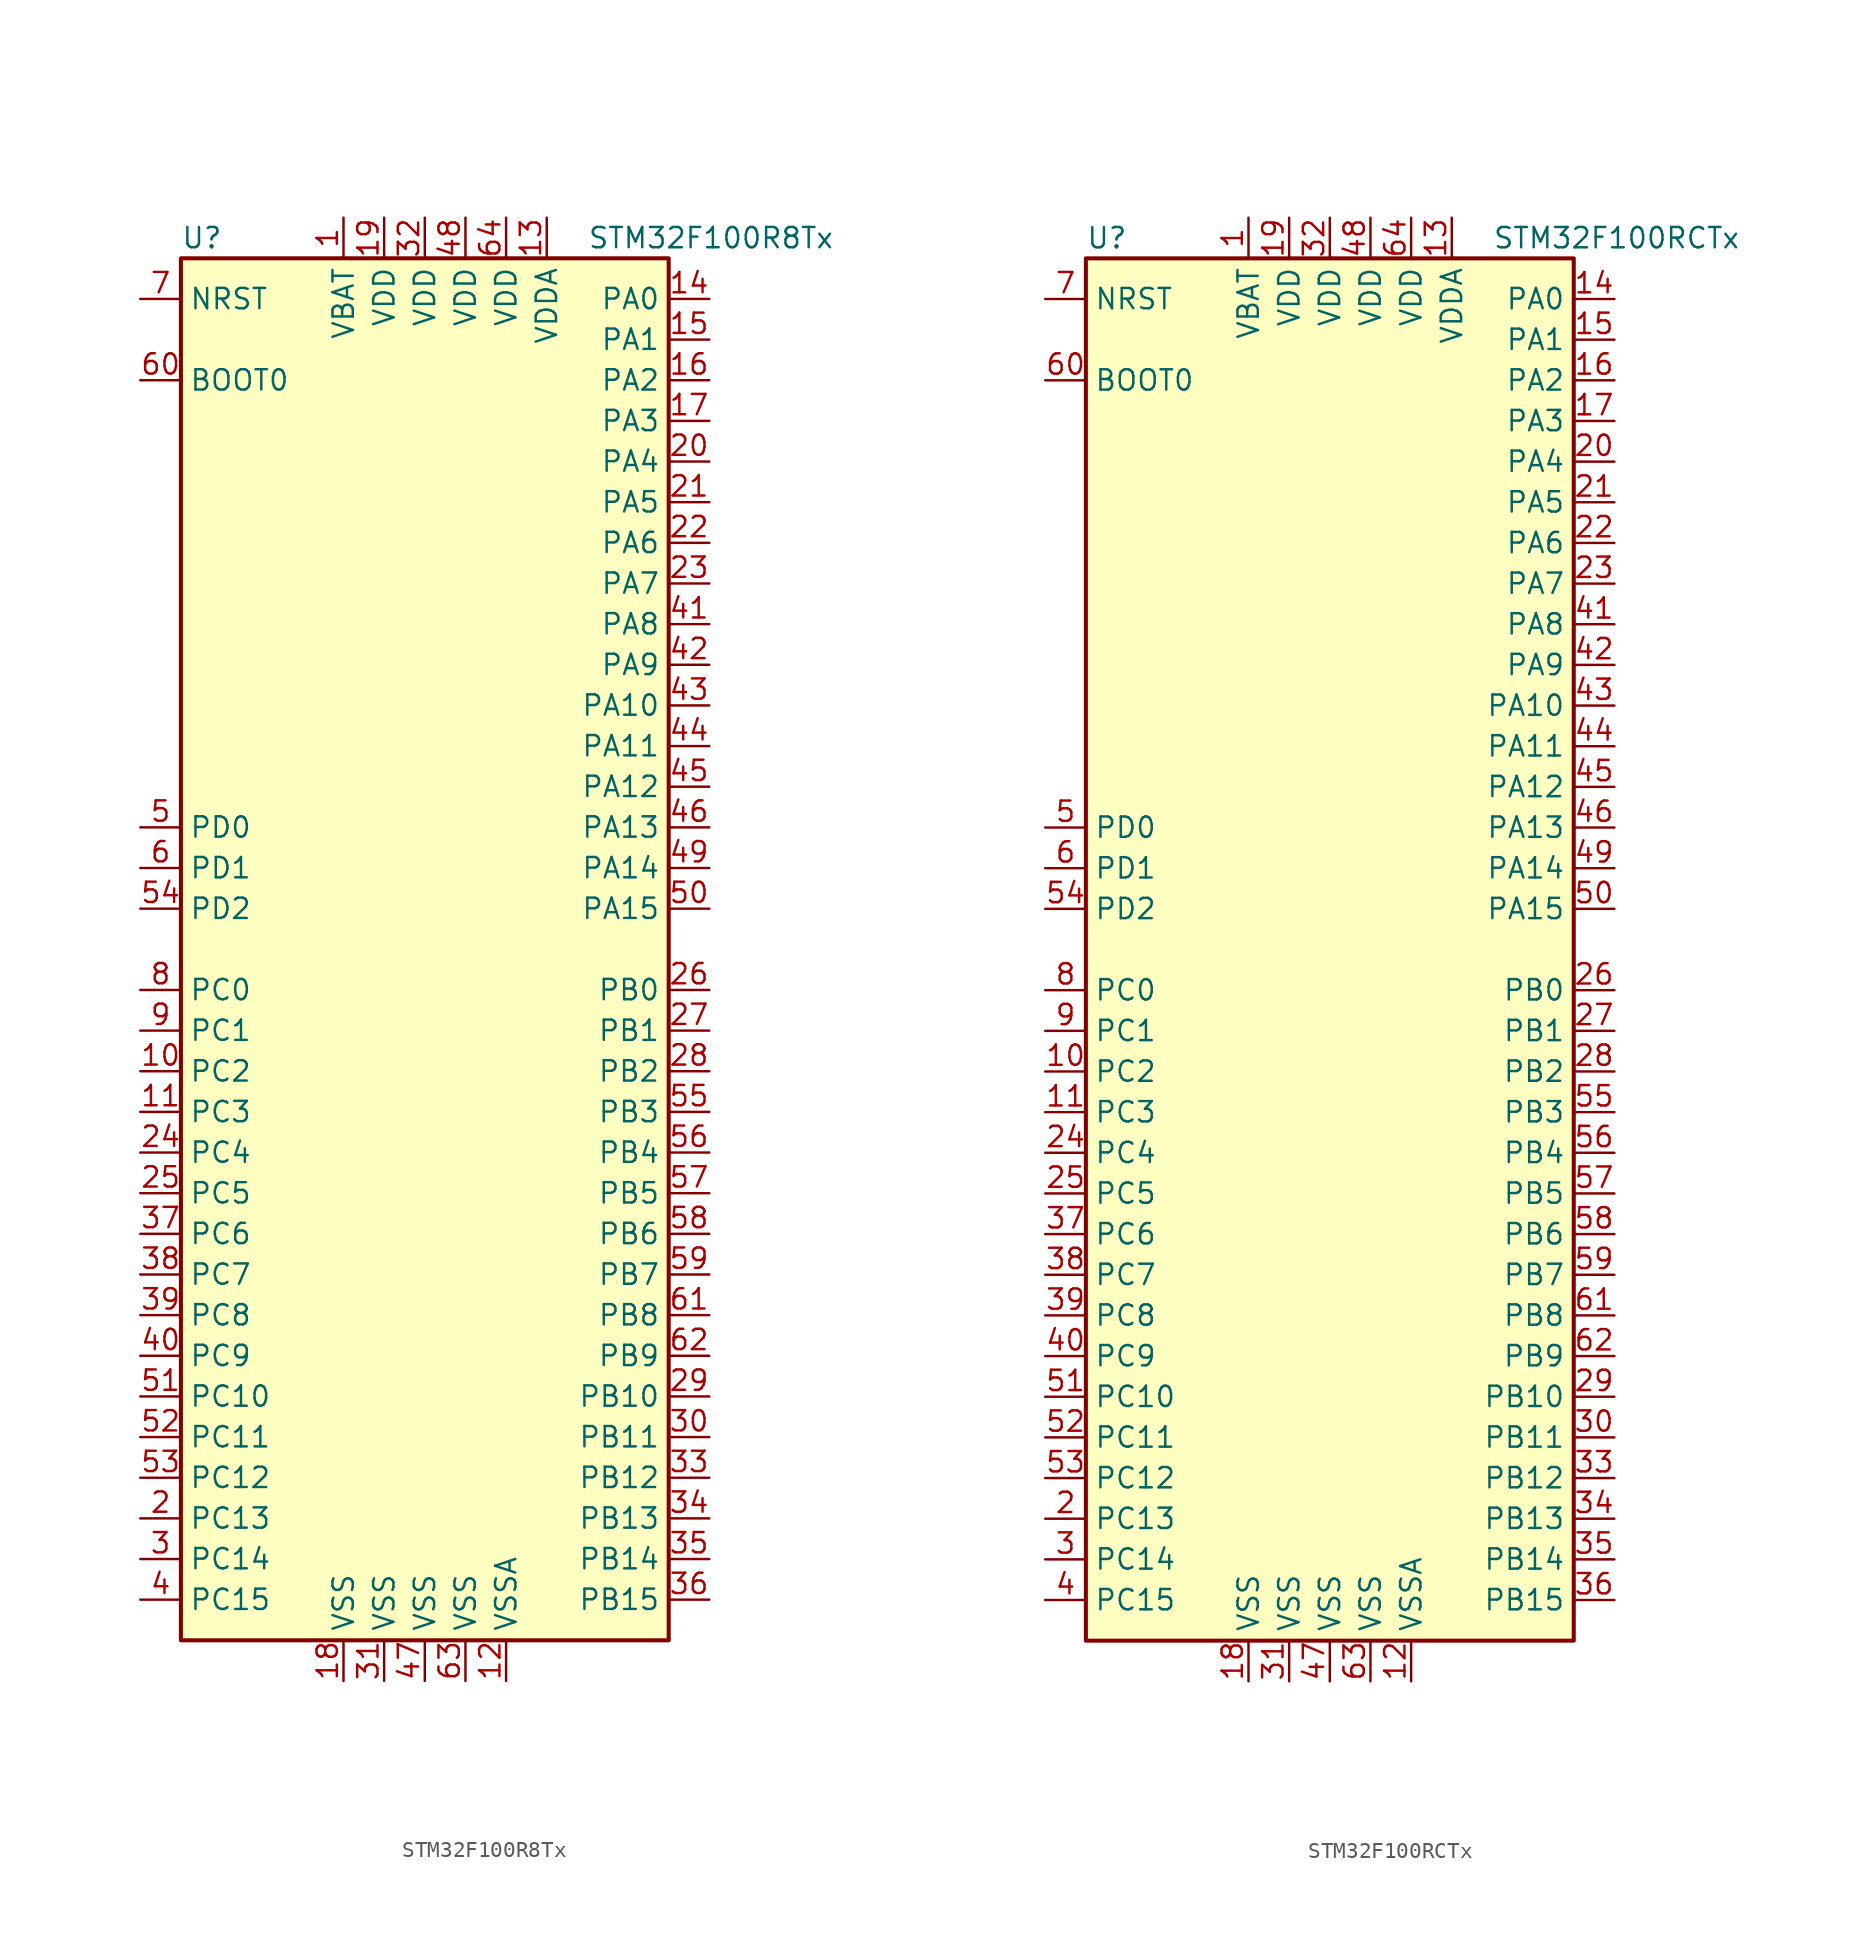
<source format=kicad_sym>
(kicad_symbol_lib
  (version 20201005)
  (generator kicad_symbol_editor)
  (symbol "MCU_ST_STM32F1:STM32F100R8Tx"
    (property "Reference" "U"
      (at -15.24 44.45 0)
      (effects (font (size 1.27 1.27)) (justify left)))
    (property "Value" "STM32F100R8Tx"
      (at 10.16 44.45 0)
      (effects (font (size 1.27 1.27)) (justify left)))
    (symbol "STM32F100R8Tx_0_1"
      (rectangle (start -15.24 -43.18) (end 15.24 43.18) (stroke (width 0.254)) (fill (type background))))
    (symbol "STM32F100R8Tx_1_1"
      (pin input line (at -17.78 35.56 0) (length 2.54) (name "BOOT0" (effects (font (size 1.27 1.27)))) (number "60" (effects (font (size 1.27 1.27)))))
      (pin input line (at -17.78 40.64 0) (length 2.54) (name "NRST" (effects (font (size 1.27 1.27)))) (number "7" (effects (font (size 1.27 1.27)))))
      (pin bidirectional line (at 17.78 40.64 180) (length 2.54) (name "PA0" (effects (font (size 1.27 1.27)))) (number "14" (effects (font (size 1.27 1.27)))))
      (pin bidirectional line (at 17.78 38.1 180) (length 2.54) (name "PA1" (effects (font (size 1.27 1.27)))) (number "15" (effects (font (size 1.27 1.27)))))
      (pin bidirectional line (at 17.78 15.24 180) (length 2.54) (name "PA10" (effects (font (size 1.27 1.27)))) (number "43" (effects (font (size 1.27 1.27)))))
      (pin bidirectional line (at 17.78 12.7 180) (length 2.54) (name "PA11" (effects (font (size 1.27 1.27)))) (number "44" (effects (font (size 1.27 1.27)))))
      (pin bidirectional line (at 17.78 10.16 180) (length 2.54) (name "PA12" (effects (font (size 1.27 1.27)))) (number "45" (effects (font (size 1.27 1.27)))))
      (pin bidirectional line (at 17.78 7.62 180) (length 2.54) (name "PA13" (effects (font (size 1.27 1.27)))) (number "46" (effects (font (size 1.27 1.27)))))
      (pin bidirectional line (at 17.78 5.08 180) (length 2.54) (name "PA14" (effects (font (size 1.27 1.27)))) (number "49" (effects (font (size 1.27 1.27)))))
      (pin bidirectional line (at 17.78 2.54 180) (length 2.54) (name "PA15" (effects (font (size 1.27 1.27)))) (number "50" (effects (font (size 1.27 1.27)))))
      (pin bidirectional line (at 17.78 35.56 180) (length 2.54) (name "PA2" (effects (font (size 1.27 1.27)))) (number "16" (effects (font (size 1.27 1.27)))))
      (pin bidirectional line (at 17.78 33.02 180) (length 2.54) (name "PA3" (effects (font (size 1.27 1.27)))) (number "17" (effects (font (size 1.27 1.27)))))
      (pin bidirectional line (at 17.78 30.48 180) (length 2.54) (name "PA4" (effects (font (size 1.27 1.27)))) (number "20" (effects (font (size 1.27 1.27)))))
      (pin bidirectional line (at 17.78 27.94 180) (length 2.54) (name "PA5" (effects (font (size 1.27 1.27)))) (number "21" (effects (font (size 1.27 1.27)))))
      (pin bidirectional line (at 17.78 25.4 180) (length 2.54) (name "PA6" (effects (font (size 1.27 1.27)))) (number "22" (effects (font (size 1.27 1.27)))))
      (pin bidirectional line (at 17.78 22.86 180) (length 2.54) (name "PA7" (effects (font (size 1.27 1.27)))) (number "23" (effects (font (size 1.27 1.27)))))
      (pin bidirectional line (at 17.78 20.32 180) (length 2.54) (name "PA8" (effects (font (size 1.27 1.27)))) (number "41" (effects (font (size 1.27 1.27)))))
      (pin bidirectional line (at 17.78 17.78 180) (length 2.54) (name "PA9" (effects (font (size 1.27 1.27)))) (number "42" (effects (font (size 1.27 1.27)))))
      (pin bidirectional line (at 17.78 -2.54 180) (length 2.54) (name "PB0" (effects (font (size 1.27 1.27)))) (number "26" (effects (font (size 1.27 1.27)))))
      (pin bidirectional line (at 17.78 -5.08 180) (length 2.54) (name "PB1" (effects (font (size 1.27 1.27)))) (number "27" (effects (font (size 1.27 1.27)))))
      (pin bidirectional line (at 17.78 -27.94 180) (length 2.54) (name "PB10" (effects (font (size 1.27 1.27)))) (number "29" (effects (font (size 1.27 1.27)))))
      (pin bidirectional line (at 17.78 -30.48 180) (length 2.54) (name "PB11" (effects (font (size 1.27 1.27)))) (number "30" (effects (font (size 1.27 1.27)))))
      (pin bidirectional line (at 17.78 -33.02 180) (length 2.54) (name "PB12" (effects (font (size 1.27 1.27)))) (number "33" (effects (font (size 1.27 1.27)))))
      (pin bidirectional line (at 17.78 -35.56 180) (length 2.54) (name "PB13" (effects (font (size 1.27 1.27)))) (number "34" (effects (font (size 1.27 1.27)))))
      (pin bidirectional line (at 17.78 -38.1 180) (length 2.54) (name "PB14" (effects (font (size 1.27 1.27)))) (number "35" (effects (font (size 1.27 1.27)))))
      (pin bidirectional line (at 17.78 -40.64 180) (length 2.54) (name "PB15" (effects (font (size 1.27 1.27)))) (number "36" (effects (font (size 1.27 1.27)))))
      (pin bidirectional line (at 17.78 -7.62 180) (length 2.54) (name "PB2" (effects (font (size 1.27 1.27)))) (number "28" (effects (font (size 1.27 1.27)))))
      (pin bidirectional line (at 17.78 -10.16 180) (length 2.54) (name "PB3" (effects (font (size 1.27 1.27)))) (number "55" (effects (font (size 1.27 1.27)))))
      (pin bidirectional line (at 17.78 -12.7 180) (length 2.54) (name "PB4" (effects (font (size 1.27 1.27)))) (number "56" (effects (font (size 1.27 1.27)))))
      (pin bidirectional line (at 17.78 -15.24 180) (length 2.54) (name "PB5" (effects (font (size 1.27 1.27)))) (number "57" (effects (font (size 1.27 1.27)))))
      (pin bidirectional line (at 17.78 -17.78 180) (length 2.54) (name "PB6" (effects (font (size 1.27 1.27)))) (number "58" (effects (font (size 1.27 1.27)))))
      (pin bidirectional line (at 17.78 -20.32 180) (length 2.54) (name "PB7" (effects (font (size 1.27 1.27)))) (number "59" (effects (font (size 1.27 1.27)))))
      (pin bidirectional line (at 17.78 -22.86 180) (length 2.54) (name "PB8" (effects (font (size 1.27 1.27)))) (number "61" (effects (font (size 1.27 1.27)))))
      (pin bidirectional line (at 17.78 -25.4 180) (length 2.54) (name "PB9" (effects (font (size 1.27 1.27)))) (number "62" (effects (font (size 1.27 1.27)))))
      (pin bidirectional line (at -17.78 -2.54 0) (length 2.54) (name "PC0" (effects (font (size 1.27 1.27)))) (number "8" (effects (font (size 1.27 1.27)))))
      (pin bidirectional line (at -17.78 -5.08 0) (length 2.54) (name "PC1" (effects (font (size 1.27 1.27)))) (number "9" (effects (font (size 1.27 1.27)))))
      (pin bidirectional line (at -17.78 -27.94 0) (length 2.54) (name "PC10" (effects (font (size 1.27 1.27)))) (number "51" (effects (font (size 1.27 1.27)))))
      (pin bidirectional line (at -17.78 -30.48 0) (length 2.54) (name "PC11" (effects (font (size 1.27 1.27)))) (number "52" (effects (font (size 1.27 1.27)))))
      (pin bidirectional line (at -17.78 -33.02 0) (length 2.54) (name "PC12" (effects (font (size 1.27 1.27)))) (number "53" (effects (font (size 1.27 1.27)))))
      (pin bidirectional line (at -17.78 -35.56 0) (length 2.54) (name "PC13" (effects (font (size 1.27 1.27)))) (number "2" (effects (font (size 1.27 1.27)))))
      (pin bidirectional line (at -17.78 -38.1 0) (length 2.54) (name "PC14" (effects (font (size 1.27 1.27)))) (number "3" (effects (font (size 1.27 1.27)))))
      (pin bidirectional line (at -17.78 -40.64 0) (length 2.54) (name "PC15" (effects (font (size 1.27 1.27)))) (number "4" (effects (font (size 1.27 1.27)))))
      (pin bidirectional line (at -17.78 -7.62 0) (length 2.54) (name "PC2" (effects (font (size 1.27 1.27)))) (number "10" (effects (font (size 1.27 1.27)))))
      (pin bidirectional line (at -17.78 -10.16 0) (length 2.54) (name "PC3" (effects (font (size 1.27 1.27)))) (number "11" (effects (font (size 1.27 1.27)))))
      (pin bidirectional line (at -17.78 -12.7 0) (length 2.54) (name "PC4" (effects (font (size 1.27 1.27)))) (number "24" (effects (font (size 1.27 1.27)))))
      (pin bidirectional line (at -17.78 -15.24 0) (length 2.54) (name "PC5" (effects (font (size 1.27 1.27)))) (number "25" (effects (font (size 1.27 1.27)))))
      (pin bidirectional line (at -17.78 -17.78 0) (length 2.54) (name "PC6" (effects (font (size 1.27 1.27)))) (number "37" (effects (font (size 1.27 1.27)))))
      (pin bidirectional line (at -17.78 -20.32 0) (length 2.54) (name "PC7" (effects (font (size 1.27 1.27)))) (number "38" (effects (font (size 1.27 1.27)))))
      (pin bidirectional line (at -17.78 -22.86 0) (length 2.54) (name "PC8" (effects (font (size 1.27 1.27)))) (number "39" (effects (font (size 1.27 1.27)))))
      (pin bidirectional line (at -17.78 -25.4 0) (length 2.54) (name "PC9" (effects (font (size 1.27 1.27)))) (number "40" (effects (font (size 1.27 1.27)))))
      (pin input line (at -17.78 7.62 0) (length 2.54) (name "PD0" (effects (font (size 1.27 1.27)))) (number "5" (effects (font (size 1.27 1.27)))))
      (pin input line (at -17.78 5.08 0) (length 2.54) (name "PD1" (effects (font (size 1.27 1.27)))) (number "6" (effects (font (size 1.27 1.27)))))
      (pin bidirectional line (at -17.78 2.54 0) (length 2.54) (name "PD2" (effects (font (size 1.27 1.27)))) (number "54" (effects (font (size 1.27 1.27)))))
      (pin power_in line (at -5.08 45.72 270) (length 2.54) (name "VBAT" (effects (font (size 1.27 1.27)))) (number "1" (effects (font (size 1.27 1.27)))))
      (pin power_in line (at -2.54 45.72 270) (length 2.54) (name "VDD" (effects (font (size 1.27 1.27)))) (number "19" (effects (font (size 1.27 1.27)))))
      (pin power_in line (at 0 45.72 270) (length 2.54) (name "VDD" (effects (font (size 1.27 1.27)))) (number "32" (effects (font (size 1.27 1.27)))))
      (pin power_in line (at 2.54 45.72 270) (length 2.54) (name "VDD" (effects (font (size 1.27 1.27)))) (number "48" (effects (font (size 1.27 1.27)))))
      (pin power_in line (at 5.08 45.72 270) (length 2.54) (name "VDD" (effects (font (size 1.27 1.27)))) (number "64" (effects (font (size 1.27 1.27)))))
      (pin power_in line (at 7.62 45.72 270) (length 2.54) (name "VDDA" (effects (font (size 1.27 1.27)))) (number "13" (effects (font (size 1.27 1.27)))))
      (pin power_in line (at -5.08 -45.72 90) (length 2.54) (name "VSS" (effects (font (size 1.27 1.27)))) (number "18" (effects (font (size 1.27 1.27)))))
      (pin power_in line (at -2.54 -45.72 90) (length 2.54) (name "VSS" (effects (font (size 1.27 1.27)))) (number "31" (effects (font (size 1.27 1.27)))))
      (pin power_in line (at 0 -45.72 90) (length 2.54) (name "VSS" (effects (font (size 1.27 1.27)))) (number "47" (effects (font (size 1.27 1.27)))))
      (pin power_in line (at 2.54 -45.72 90) (length 2.54) (name "VSS" (effects (font (size 1.27 1.27)))) (number "63" (effects (font (size 1.27 1.27)))))
      (pin power_in line (at 5.08 -45.72 90) (length 2.54) (name "VSSA" (effects (font (size 1.27 1.27)))) (number "12" (effects (font (size 1.27 1.27)))))))
  (symbol "MCU_ST_STM32F1:STM32F100RCTx"
    (property "Reference" "U"
      (at -15.24 44.45 0)
      (effects (font (size 1.27 1.27)) (justify left)))
    (property "Value" "STM32F100RCTx"
      (at 10.16 44.45 0)
      (effects (font (size 1.27 1.27)) (justify left)))
    (symbol "STM32F100RCTx_0_1"
      (rectangle (start -15.24 -43.18) (end 15.24 43.18) (stroke (width 0.254)) (fill (type background))))
    (symbol "STM32F100RCTx_1_1"
      (pin input line (at -17.78 35.56 0) (length 2.54) (name "BOOT0" (effects (font (size 1.27 1.27)))) (number "60" (effects (font (size 1.27 1.27)))))
      (pin input line (at -17.78 40.64 0) (length 2.54) (name "NRST" (effects (font (size 1.27 1.27)))) (number "7" (effects (font (size 1.27 1.27)))))
      (pin bidirectional line (at 17.78 40.64 180) (length 2.54) (name "PA0" (effects (font (size 1.27 1.27)))) (number "14" (effects (font (size 1.27 1.27)))))
      (pin bidirectional line (at 17.78 38.1 180) (length 2.54) (name "PA1" (effects (font (size 1.27 1.27)))) (number "15" (effects (font (size 1.27 1.27)))))
      (pin bidirectional line (at 17.78 15.24 180) (length 2.54) (name "PA10" (effects (font (size 1.27 1.27)))) (number "43" (effects (font (size 1.27 1.27)))))
      (pin bidirectional line (at 17.78 12.7 180) (length 2.54) (name "PA11" (effects (font (size 1.27 1.27)))) (number "44" (effects (font (size 1.27 1.27)))))
      (pin bidirectional line (at 17.78 10.16 180) (length 2.54) (name "PA12" (effects (font (size 1.27 1.27)))) (number "45" (effects (font (size 1.27 1.27)))))
      (pin bidirectional line (at 17.78 7.62 180) (length 2.54) (name "PA13" (effects (font (size 1.27 1.27)))) (number "46" (effects (font (size 1.27 1.27)))))
      (pin bidirectional line (at 17.78 5.08 180) (length 2.54) (name "PA14" (effects (font (size 1.27 1.27)))) (number "49" (effects (font (size 1.27 1.27)))))
      (pin bidirectional line (at 17.78 2.54 180) (length 2.54) (name "PA15" (effects (font (size 1.27 1.27)))) (number "50" (effects (font (size 1.27 1.27)))))
      (pin bidirectional line (at 17.78 35.56 180) (length 2.54) (name "PA2" (effects (font (size 1.27 1.27)))) (number "16" (effects (font (size 1.27 1.27)))))
      (pin bidirectional line (at 17.78 33.02 180) (length 2.54) (name "PA3" (effects (font (size 1.27 1.27)))) (number "17" (effects (font (size 1.27 1.27)))))
      (pin bidirectional line (at 17.78 30.48 180) (length 2.54) (name "PA4" (effects (font (size 1.27 1.27)))) (number "20" (effects (font (size 1.27 1.27)))))
      (pin bidirectional line (at 17.78 27.94 180) (length 2.54) (name "PA5" (effects (font (size 1.27 1.27)))) (number "21" (effects (font (size 1.27 1.27)))))
      (pin bidirectional line (at 17.78 25.4 180) (length 2.54) (name "PA6" (effects (font (size 1.27 1.27)))) (number "22" (effects (font (size 1.27 1.27)))))
      (pin bidirectional line (at 17.78 22.86 180) (length 2.54) (name "PA7" (effects (font (size 1.27 1.27)))) (number "23" (effects (font (size 1.27 1.27)))))
      (pin bidirectional line (at 17.78 20.32 180) (length 2.54) (name "PA8" (effects (font (size 1.27 1.27)))) (number "41" (effects (font (size 1.27 1.27)))))
      (pin bidirectional line (at 17.78 17.78 180) (length 2.54) (name "PA9" (effects (font (size 1.27 1.27)))) (number "42" (effects (font (size 1.27 1.27)))))
      (pin bidirectional line (at 17.78 -2.54 180) (length 2.54) (name "PB0" (effects (font (size 1.27 1.27)))) (number "26" (effects (font (size 1.27 1.27)))))
      (pin bidirectional line (at 17.78 -5.08 180) (length 2.54) (name "PB1" (effects (font (size 1.27 1.27)))) (number "27" (effects (font (size 1.27 1.27)))))
      (pin bidirectional line (at 17.78 -27.94 180) (length 2.54) (name "PB10" (effects (font (size 1.27 1.27)))) (number "29" (effects (font (size 1.27 1.27)))))
      (pin bidirectional line (at 17.78 -30.48 180) (length 2.54) (name "PB11" (effects (font (size 1.27 1.27)))) (number "30" (effects (font (size 1.27 1.27)))))
      (pin bidirectional line (at 17.78 -33.02 180) (length 2.54) (name "PB12" (effects (font (size 1.27 1.27)))) (number "33" (effects (font (size 1.27 1.27)))))
      (pin bidirectional line (at 17.78 -35.56 180) (length 2.54) (name "PB13" (effects (font (size 1.27 1.27)))) (number "34" (effects (font (size 1.27 1.27)))))
      (pin bidirectional line (at 17.78 -38.1 180) (length 2.54) (name "PB14" (effects (font (size 1.27 1.27)))) (number "35" (effects (font (size 1.27 1.27)))))
      (pin bidirectional line (at 17.78 -40.64 180) (length 2.54) (name "PB15" (effects (font (size 1.27 1.27)))) (number "36" (effects (font (size 1.27 1.27)))))
      (pin bidirectional line (at 17.78 -7.62 180) (length 2.54) (name "PB2" (effects (font (size 1.27 1.27)))) (number "28" (effects (font (size 1.27 1.27)))))
      (pin bidirectional line (at 17.78 -10.16 180) (length 2.54) (name "PB3" (effects (font (size 1.27 1.27)))) (number "55" (effects (font (size 1.27 1.27)))))
      (pin bidirectional line (at 17.78 -12.7 180) (length 2.54) (name "PB4" (effects (font (size 1.27 1.27)))) (number "56" (effects (font (size 1.27 1.27)))))
      (pin bidirectional line (at 17.78 -15.24 180) (length 2.54) (name "PB5" (effects (font (size 1.27 1.27)))) (number "57" (effects (font (size 1.27 1.27)))))
      (pin bidirectional line (at 17.78 -17.78 180) (length 2.54) (name "PB6" (effects (font (size 1.27 1.27)))) (number "58" (effects (font (size 1.27 1.27)))))
      (pin bidirectional line (at 17.78 -20.32 180) (length 2.54) (name "PB7" (effects (font (size 1.27 1.27)))) (number "59" (effects (font (size 1.27 1.27)))))
      (pin bidirectional line (at 17.78 -22.86 180) (length 2.54) (name "PB8" (effects (font (size 1.27 1.27)))) (number "61" (effects (font (size 1.27 1.27)))))
      (pin bidirectional line (at 17.78 -25.4 180) (length 2.54) (name "PB9" (effects (font (size 1.27 1.27)))) (number "62" (effects (font (size 1.27 1.27)))))
      (pin bidirectional line (at -17.78 -2.54 0) (length 2.54) (name "PC0" (effects (font (size 1.27 1.27)))) (number "8" (effects (font (size 1.27 1.27)))))
      (pin bidirectional line (at -17.78 -5.08 0) (length 2.54) (name "PC1" (effects (font (size 1.27 1.27)))) (number "9" (effects (font (size 1.27 1.27)))))
      (pin bidirectional line (at -17.78 -27.94 0) (length 2.54) (name "PC10" (effects (font (size 1.27 1.27)))) (number "51" (effects (font (size 1.27 1.27)))))
      (pin bidirectional line (at -17.78 -30.48 0) (length 2.54) (name "PC11" (effects (font (size 1.27 1.27)))) (number "52" (effects (font (size 1.27 1.27)))))
      (pin bidirectional line (at -17.78 -33.02 0) (length 2.54) (name "PC12" (effects (font (size 1.27 1.27)))) (number "53" (effects (font (size 1.27 1.27)))))
      (pin bidirectional line (at -17.78 -35.56 0) (length 2.54) (name "PC13" (effects (font (size 1.27 1.27)))) (number "2" (effects (font (size 1.27 1.27)))))
      (pin bidirectional line (at -17.78 -38.1 0) (length 2.54) (name "PC14" (effects (font (size 1.27 1.27)))) (number "3" (effects (font (size 1.27 1.27)))))
      (pin bidirectional line (at -17.78 -40.64 0) (length 2.54) (name "PC15" (effects (font (size 1.27 1.27)))) (number "4" (effects (font (size 1.27 1.27)))))
      (pin bidirectional line (at -17.78 -7.62 0) (length 2.54) (name "PC2" (effects (font (size 1.27 1.27)))) (number "10" (effects (font (size 1.27 1.27)))))
      (pin bidirectional line (at -17.78 -10.16 0) (length 2.54) (name "PC3" (effects (font (size 1.27 1.27)))) (number "11" (effects (font (size 1.27 1.27)))))
      (pin bidirectional line (at -17.78 -12.7 0) (length 2.54) (name "PC4" (effects (font (size 1.27 1.27)))) (number "24" (effects (font (size 1.27 1.27)))))
      (pin bidirectional line (at -17.78 -15.24 0) (length 2.54) (name "PC5" (effects (font (size 1.27 1.27)))) (number "25" (effects (font (size 1.27 1.27)))))
      (pin bidirectional line (at -17.78 -17.78 0) (length 2.54) (name "PC6" (effects (font (size 1.27 1.27)))) (number "37" (effects (font (size 1.27 1.27)))))
      (pin bidirectional line (at -17.78 -20.32 0) (length 2.54) (name "PC7" (effects (font (size 1.27 1.27)))) (number "38" (effects (font (size 1.27 1.27)))))
      (pin bidirectional line (at -17.78 -22.86 0) (length 2.54) (name "PC8" (effects (font (size 1.27 1.27)))) (number "39" (effects (font (size 1.27 1.27)))))
      (pin bidirectional line (at -17.78 -25.4 0) (length 2.54) (name "PC9" (effects (font (size 1.27 1.27)))) (number "40" (effects (font (size 1.27 1.27)))))
      (pin input line (at -17.78 7.62 0) (length 2.54) (name "PD0" (effects (font (size 1.27 1.27)))) (number "5" (effects (font (size 1.27 1.27)))))
      (pin input line (at -17.78 5.08 0) (length 2.54) (name "PD1" (effects (font (size 1.27 1.27)))) (number "6" (effects (font (size 1.27 1.27)))))
      (pin bidirectional line (at -17.78 2.54 0) (length 2.54) (name "PD2" (effects (font (size 1.27 1.27)))) (number "54" (effects (font (size 1.27 1.27)))))
      (pin power_in line (at -5.08 45.72 270) (length 2.54) (name "VBAT" (effects (font (size 1.27 1.27)))) (number "1" (effects (font (size 1.27 1.27)))))
      (pin power_in line (at -2.54 45.72 270) (length 2.54) (name "VDD" (effects (font (size 1.27 1.27)))) (number "19" (effects (font (size 1.27 1.27)))))
      (pin power_in line (at 0 45.72 270) (length 2.54) (name "VDD" (effects (font (size 1.27 1.27)))) (number "32" (effects (font (size 1.27 1.27)))))
      (pin power_in line (at 2.54 45.72 270) (length 2.54) (name "VDD" (effects (font (size 1.27 1.27)))) (number "48" (effects (font (size 1.27 1.27)))))
      (pin power_in line (at 5.08 45.72 270) (length 2.54) (name "VDD" (effects (font (size 1.27 1.27)))) (number "64" (effects (font (size 1.27 1.27)))))
      (pin power_in line (at 7.62 45.72 270) (length 2.54) (name "VDDA" (effects (font (size 1.27 1.27)))) (number "13" (effects (font (size 1.27 1.27)))))
      (pin power_in line (at -5.08 -45.72 90) (length 2.54) (name "VSS" (effects (font (size 1.27 1.27)))) (number "18" (effects (font (size 1.27 1.27)))))
      (pin power_in line (at -2.54 -45.72 90) (length 2.54) (name "VSS" (effects (font (size 1.27 1.27)))) (number "31" (effects (font (size 1.27 1.27)))))
      (pin power_in line (at 0 -45.72 90) (length 2.54) (name "VSS" (effects (font (size 1.27 1.27)))) (number "47" (effects (font (size 1.27 1.27)))))
      (pin power_in line (at 2.54 -45.72 90) (length 2.54) (name "VSS" (effects (font (size 1.27 1.27)))) (number "63" (effects (font (size 1.27 1.27)))))
      (pin power_in line (at 5.08 -45.72 90) (length 2.54) (name "VSSA" (effects (font (size 1.27 1.27)))) (number "12" (effects (font (size 1.27 1.27))))))))
</source>
